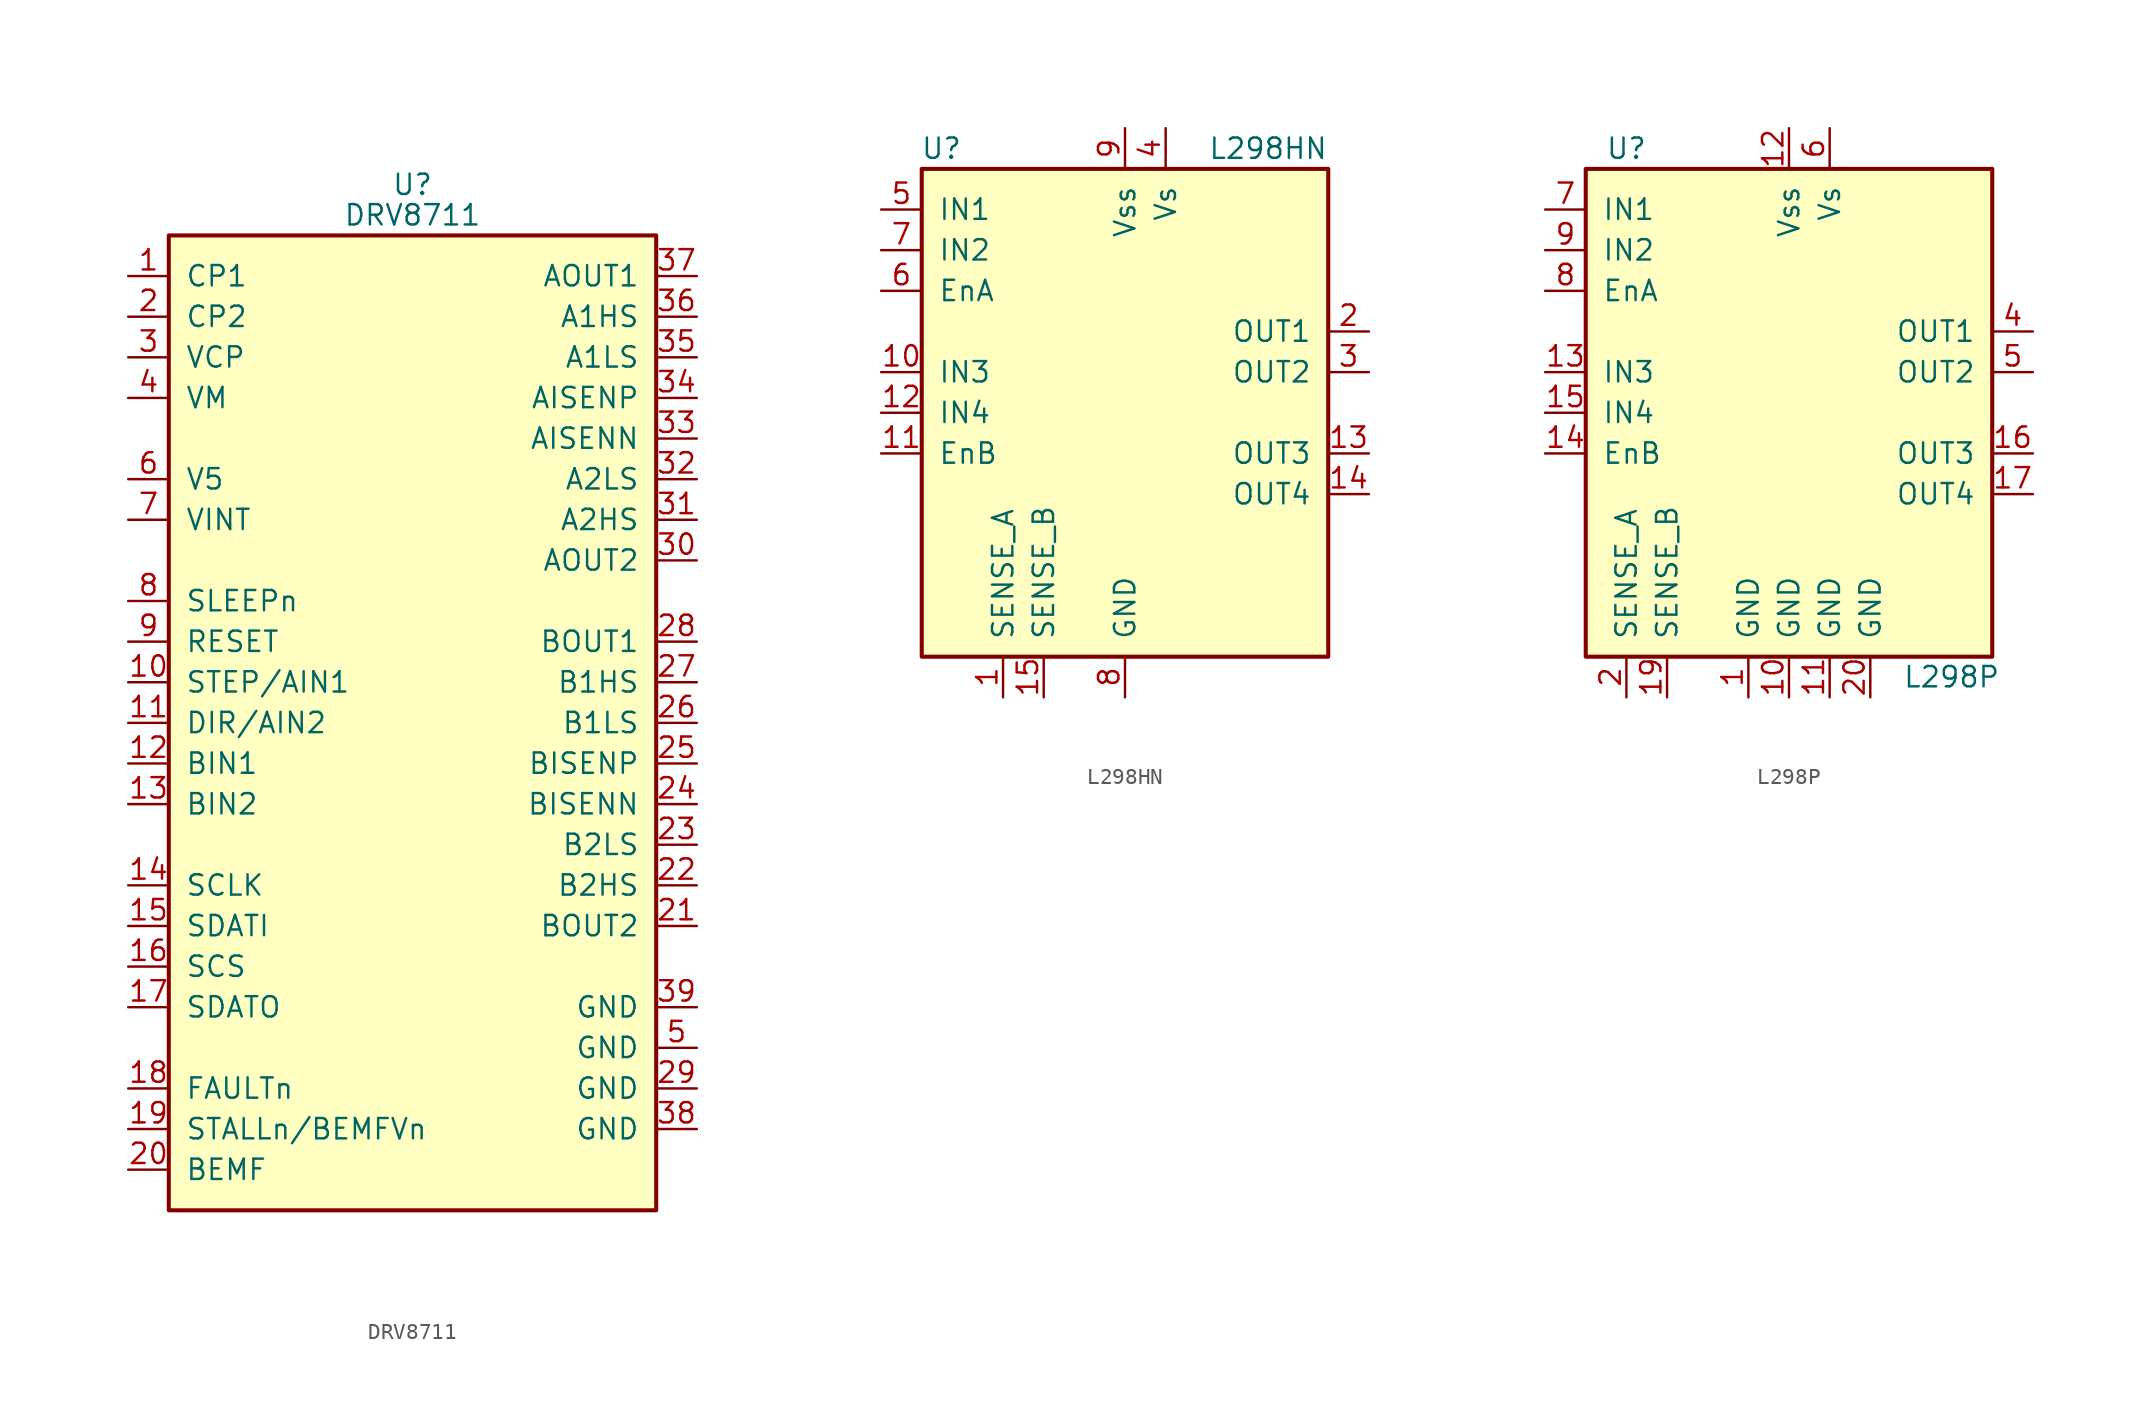
<source format=kicad_sym>
(kicad_symbol_lib
  (version 20241209)
  (generator "kicad_symbol_editor")
  (generator_version "9.0")
  (symbol "DRV8711"
    (pin_names
      (offset 1.016))
    (property "Reference" "U"
      (at 0 33.655 0)
      (effects (font (size 1.27 1.27))))
    (property "Value" "DRV8711"
      (at 0 31.75 0)
      (effects (font (size 1.27 1.27))))
    (symbol "DRV8711_0_1"
      (rectangle (start -15.24 30.48) (end 15.24 -30.48) (stroke (width 0.254) (type default)) (fill (type background))))
    (symbol "DRV8711_1_1"
      (pin bidirectional line (at -17.78 27.94 0) (length 2.54) (name "CP1" (effects (font (size 1.27 1.27)))) (number "1" (effects (font (size 1.27 1.27)))))
      (pin bidirectional line (at -17.78 25.4 0) (length 2.54) (name "CP2" (effects (font (size 1.27 1.27)))) (number "2" (effects (font (size 1.27 1.27)))))
      (pin bidirectional line (at -17.78 22.86 0) (length 2.54) (name "VCP" (effects (font (size 1.27 1.27)))) (number "3" (effects (font (size 1.27 1.27)))))
      (pin power_in line (at -17.78 20.32 0) (length 2.54) (name "VM" (effects (font (size 1.27 1.27)))) (number "4" (effects (font (size 1.27 1.27)))))
      (pin power_out line (at -17.78 15.24 0) (length 2.54) (name "V5" (effects (font (size 1.27 1.27)))) (number "6" (effects (font (size 1.27 1.27)))))
      (pin power_in line (at -17.78 12.7 0) (length 2.54) (name "VINT" (effects (font (size 1.27 1.27)))) (number "7" (effects (font (size 1.27 1.27)))))
      (pin input line (at -17.78 7.62 0) (length 2.54) (name "SLEEPn" (effects (font (size 1.27 1.27)))) (number "8" (effects (font (size 1.27 1.27)))))
      (pin input line (at -17.78 5.08 0) (length 2.54) (name "RESET" (effects (font (size 1.27 1.27)))) (number "9" (effects (font (size 1.27 1.27)))))
      (pin input line (at -17.78 2.54 0) (length 2.54) (name "STEP/AIN1" (effects (font (size 1.27 1.27)))) (number "10" (effects (font (size 1.27 1.27)))))
      (pin input line (at -17.78 0 0) (length 2.54) (name "DIR/AIN2" (effects (font (size 1.27 1.27)))) (number "11" (effects (font (size 1.27 1.27)))))
      (pin input line (at -17.78 -2.54 0) (length 2.54) (name "BIN1" (effects (font (size 1.27 1.27)))) (number "12" (effects (font (size 1.27 1.27)))))
      (pin input line (at -17.78 -5.08 0) (length 2.54) (name "BIN2" (effects (font (size 1.27 1.27)))) (number "13" (effects (font (size 1.27 1.27)))))
      (pin input line (at -17.78 -10.16 0) (length 2.54) (name "SCLK" (effects (font (size 1.27 1.27)))) (number "14" (effects (font (size 1.27 1.27)))))
      (pin input line (at -17.78 -12.7 0) (length 2.54) (name "SDATI" (effects (font (size 1.27 1.27)))) (number "15" (effects (font (size 1.27 1.27)))))
      (pin input line (at -17.78 -15.24 0) (length 2.54) (name "SCS" (effects (font (size 1.27 1.27)))) (number "16" (effects (font (size 1.27 1.27)))))
      (pin output line (at -17.78 -17.78 0) (length 2.54) (name "SDATO" (effects (font (size 1.27 1.27)))) (number "17" (effects (font (size 1.27 1.27)))))
      (pin output line (at -17.78 -22.86 0) (length 2.54) (name "FAULTn" (effects (font (size 1.27 1.27)))) (number "18" (effects (font (size 1.27 1.27)))))
      (pin output line (at -17.78 -25.4 0) (length 2.54) (name "STALLn/BEMFVn" (effects (font (size 1.27 1.27)))) (number "19" (effects (font (size 1.27 1.27)))))
      (pin output line (at -17.78 -27.94 0) (length 2.54) (name "BEMF" (effects (font (size 1.27 1.27)))) (number "20" (effects (font (size 1.27 1.27)))))
      (pin output line (at 17.78 27.94 180) (length 2.54) (name "AOUT1" (effects (font (size 1.27 1.27)))) (number "37" (effects (font (size 1.27 1.27)))))
      (pin output line (at 17.78 25.4 180) (length 2.54) (name "A1HS" (effects (font (size 1.27 1.27)))) (number "36" (effects (font (size 1.27 1.27)))))
      (pin output line (at 17.78 22.86 180) (length 2.54) (name "A1LS" (effects (font (size 1.27 1.27)))) (number "35" (effects (font (size 1.27 1.27)))))
      (pin input line (at 17.78 20.32 180) (length 2.54) (name "AISENP" (effects (font (size 1.27 1.27)))) (number "34" (effects (font (size 1.27 1.27)))))
      (pin input line (at 17.78 17.78 180) (length 2.54) (name "AISENN" (effects (font (size 1.27 1.27)))) (number "33" (effects (font (size 1.27 1.27)))))
      (pin output line (at 17.78 15.24 180) (length 2.54) (name "A2LS" (effects (font (size 1.27 1.27)))) (number "32" (effects (font (size 1.27 1.27)))))
      (pin output line (at 17.78 12.7 180) (length 2.54) (name "A2HS" (effects (font (size 1.27 1.27)))) (number "31" (effects (font (size 1.27 1.27)))))
      (pin output line (at 17.78 10.16 180) (length 2.54) (name "AOUT2" (effects (font (size 1.27 1.27)))) (number "30" (effects (font (size 1.27 1.27)))))
      (pin output line (at 17.78 5.08 180) (length 2.54) (name "BOUT1" (effects (font (size 1.27 1.27)))) (number "28" (effects (font (size 1.27 1.27)))))
      (pin output line (at 17.78 2.54 180) (length 2.54) (name "B1HS" (effects (font (size 1.27 1.27)))) (number "27" (effects (font (size 1.27 1.27)))))
      (pin output line (at 17.78 0 180) (length 2.54) (name "B1LS" (effects (font (size 1.27 1.27)))) (number "26" (effects (font (size 1.27 1.27)))))
      (pin input line (at 17.78 -2.54 180) (length 2.54) (name "BISENP" (effects (font (size 1.27 1.27)))) (number "25" (effects (font (size 1.27 1.27)))))
      (pin input line (at 17.78 -5.08 180) (length 2.54) (name "BISENN" (effects (font (size 1.27 1.27)))) (number "24" (effects (font (size 1.27 1.27)))))
      (pin output line (at 17.78 -7.62 180) (length 2.54) (name "B2LS" (effects (font (size 1.27 1.27)))) (number "23" (effects (font (size 1.27 1.27)))))
      (pin output line (at 17.78 -10.16 180) (length 2.54) (name "B2HS" (effects (font (size 1.27 1.27)))) (number "22" (effects (font (size 1.27 1.27)))))
      (pin output line (at 17.78 -12.7 180) (length 2.54) (name "BOUT2" (effects (font (size 1.27 1.27)))) (number "21" (effects (font (size 1.27 1.27)))))
      (pin power_in line (at 17.78 -17.78 180) (length 2.54) (name "GND" (effects (font (size 1.27 1.27)))) (number "39" (effects (font (size 1.27 1.27)))))
      (pin power_in line (at 17.78 -20.32 180) (length 2.54) (name "GND" (effects (font (size 1.27 1.27)))) (number "5" (effects (font (size 1.27 1.27)))))
      (pin power_in line (at 17.78 -22.86 180) (length 2.54) (name "GND" (effects (font (size 1.27 1.27)))) (number "29" (effects (font (size 1.27 1.27)))))
      (pin power_in line (at 17.78 -25.4 180) (length 2.54) (name "GND" (effects (font (size 1.27 1.27)))) (number "38" (effects (font (size 1.27 1.27)))))))
  (symbol "L298HN"
    (pin_names
      (offset 1.016))
    (property "Reference" "U"
      (at -10.16 16.51 0)
      (effects (font (size 1.27 1.27)) (justify right)))
    (property "Value" "L298HN"
      (at 12.7 16.51 0)
      (effects (font (size 1.27 1.27)) (justify right)))
    (symbol "L298HN_0_1"
      (rectangle (start -12.7 15.24) (end 12.7 -15.24) (stroke (width 0.254) (type default)) (fill (type background))))
    (symbol "L298HN_1_1"
      (pin input line (at -15.24 12.7 0) (length 2.54) (name "IN1" (effects (font (size 1.27 1.27)))) (number "5" (effects (font (size 1.27 1.27)))))
      (pin input line (at -15.24 10.16 0) (length 2.54) (name "IN2" (effects (font (size 1.27 1.27)))) (number "7" (effects (font (size 1.27 1.27)))))
      (pin input line (at -15.24 7.62 0) (length 2.54) (name "EnA" (effects (font (size 1.27 1.27)))) (number "6" (effects (font (size 1.27 1.27)))))
      (pin input line (at -15.24 2.54 0) (length 2.54) (name "IN3" (effects (font (size 1.27 1.27)))) (number "10" (effects (font (size 1.27 1.27)))))
      (pin input line (at -15.24 0 0) (length 2.54) (name "IN4" (effects (font (size 1.27 1.27)))) (number "12" (effects (font (size 1.27 1.27)))))
      (pin input line (at -15.24 -2.54 0) (length 2.54) (name "EnB" (effects (font (size 1.27 1.27)))) (number "11" (effects (font (size 1.27 1.27)))))
      (pin power_in line (at -7.62 -17.78 90) (length 2.54) (name "SENSE_A" (effects (font (size 1.27 1.27)))) (number "1" (effects (font (size 1.27 1.27)))))
      (pin power_in line (at -5.08 -17.78 90) (length 2.54) (name "SENSE_B" (effects (font (size 1.27 1.27)))) (number "15" (effects (font (size 1.27 1.27)))))
      (pin power_in line (at 0 17.78 270) (length 2.54) (name "Vss" (effects (font (size 1.27 1.27)))) (number "9" (effects (font (size 1.27 1.27)))))
      (pin power_in line (at 0 -17.78 90) (length 2.54) (name "GND" (effects (font (size 1.27 1.27)))) (number "8" (effects (font (size 1.27 1.27)))))
      (pin power_in line (at 2.54 17.78 270) (length 2.54) (name "Vs" (effects (font (size 1.27 1.27)))) (number "4" (effects (font (size 1.27 1.27)))))
      (pin output line (at 15.24 5.08 180) (length 2.54) (name "OUT1" (effects (font (size 1.27 1.27)))) (number "2" (effects (font (size 1.27 1.27)))))
      (pin output line (at 15.24 2.54 180) (length 2.54) (name "OUT2" (effects (font (size 1.27 1.27)))) (number "3" (effects (font (size 1.27 1.27)))))
      (pin output line (at 15.24 -2.54 180) (length 2.54) (name "OUT3" (effects (font (size 1.27 1.27)))) (number "13" (effects (font (size 1.27 1.27)))))
      (pin output line (at 15.24 -5.08 180) (length 2.54) (name "OUT4" (effects (font (size 1.27 1.27)))) (number "14" (effects (font (size 1.27 1.27)))))))
  (symbol "L298P"
    (pin_names
      (offset 1.016))
    (property "Reference" "U"
      (at -10.16 16.51 0)
      (effects (font (size 1.27 1.27))))
    (property "Value" "L298P"
      (at 10.16 -16.51 0)
      (effects (font (size 1.27 1.27))))
    (symbol "L298P_0_1"
      (rectangle (start -12.7 15.24) (end 12.7 -15.24) (stroke (width 0.254) (type default)) (fill (type background))))
    (symbol "L298P_1_1"
      (pin input line (at -15.24 12.7 0) (length 2.54) (name "IN1" (effects (font (size 1.27 1.27)))) (number "7" (effects (font (size 1.27 1.27)))))
      (pin input line (at -15.24 10.16 0) (length 2.54) (name "IN2" (effects (font (size 1.27 1.27)))) (number "9" (effects (font (size 1.27 1.27)))))
      (pin input line (at -15.24 7.62 0) (length 2.54) (name "EnA" (effects (font (size 1.27 1.27)))) (number "8" (effects (font (size 1.27 1.27)))))
      (pin input line (at -15.24 2.54 0) (length 2.54) (name "IN3" (effects (font (size 1.27 1.27)))) (number "13" (effects (font (size 1.27 1.27)))))
      (pin input line (at -15.24 0 0) (length 2.54) (name "IN4" (effects (font (size 1.27 1.27)))) (number "15" (effects (font (size 1.27 1.27)))))
      (pin input line (at -15.24 -2.54 0) (length 2.54) (name "EnB" (effects (font (size 1.27 1.27)))) (number "14" (effects (font (size 1.27 1.27)))))
      (pin power_in line (at -10.16 -17.78 90) (length 2.54) (name "SENSE_A" (effects (font (size 1.27 1.27)))) (number "2" (effects (font (size 1.27 1.27)))))
      (pin power_in line (at -7.62 -17.78 90) (length 2.54) (name "SENSE_B" (effects (font (size 1.27 1.27)))) (number "19" (effects (font (size 1.27 1.27)))))
      (pin power_in line (at -2.54 -17.78 90) (length 2.54) (name "GND" (effects (font (size 1.27 1.27)))) (number "1" (effects (font (size 1.27 1.27)))))
      (pin power_in line (at 0 17.78 270) (length 2.54) (name "Vss" (effects (font (size 1.27 1.27)))) (number "12" (effects (font (size 1.27 1.27)))))
      (pin power_in line (at 0 -17.78 90) (length 2.54) (name "GND" (effects (font (size 1.27 1.27)))) (number "10" (effects (font (size 1.27 1.27)))))
      (pin power_in line (at 2.54 17.78 270) (length 2.54) (name "Vs" (effects (font (size 1.27 1.27)))) (number "6" (effects (font (size 1.27 1.27)))))
      (pin power_in line (at 2.54 -17.78 90) (length 2.54) (name "GND" (effects (font (size 1.27 1.27)))) (number "11" (effects (font (size 1.27 1.27)))))
      (pin power_in line (at 5.08 -17.78 90) (length 2.54) (name "GND" (effects (font (size 1.27 1.27)))) (number "20" (effects (font (size 1.27 1.27)))))
      (pin no_connect line (at 12.7 12.7 180) (length 2.54) (hide yes) (name "NC" (effects (font (size 1.27 1.27)))) (number "3" (effects (font (size 1.27 1.27)))))
      (pin no_connect line (at 12.7 10.16 180) (length 2.54) (hide yes) (name "NC" (effects (font (size 1.27 1.27)))) (number "18" (effects (font (size 1.27 1.27)))))
      (pin output line (at 15.24 5.08 180) (length 2.54) (name "OUT1" (effects (font (size 1.27 1.27)))) (number "4" (effects (font (size 1.27 1.27)))))
      (pin output line (at 15.24 2.54 180) (length 2.54) (name "OUT2" (effects (font (size 1.27 1.27)))) (number "5" (effects (font (size 1.27 1.27)))))
      (pin output line (at 15.24 -2.54 180) (length 2.54) (name "OUT3" (effects (font (size 1.27 1.27)))) (number "16" (effects (font (size 1.27 1.27)))))
      (pin output line (at 15.24 -5.08 180) (length 2.54) (name "OUT4" (effects (font (size 1.27 1.27)))) (number "17" (effects (font (size 1.27 1.27))))))))
</source>
